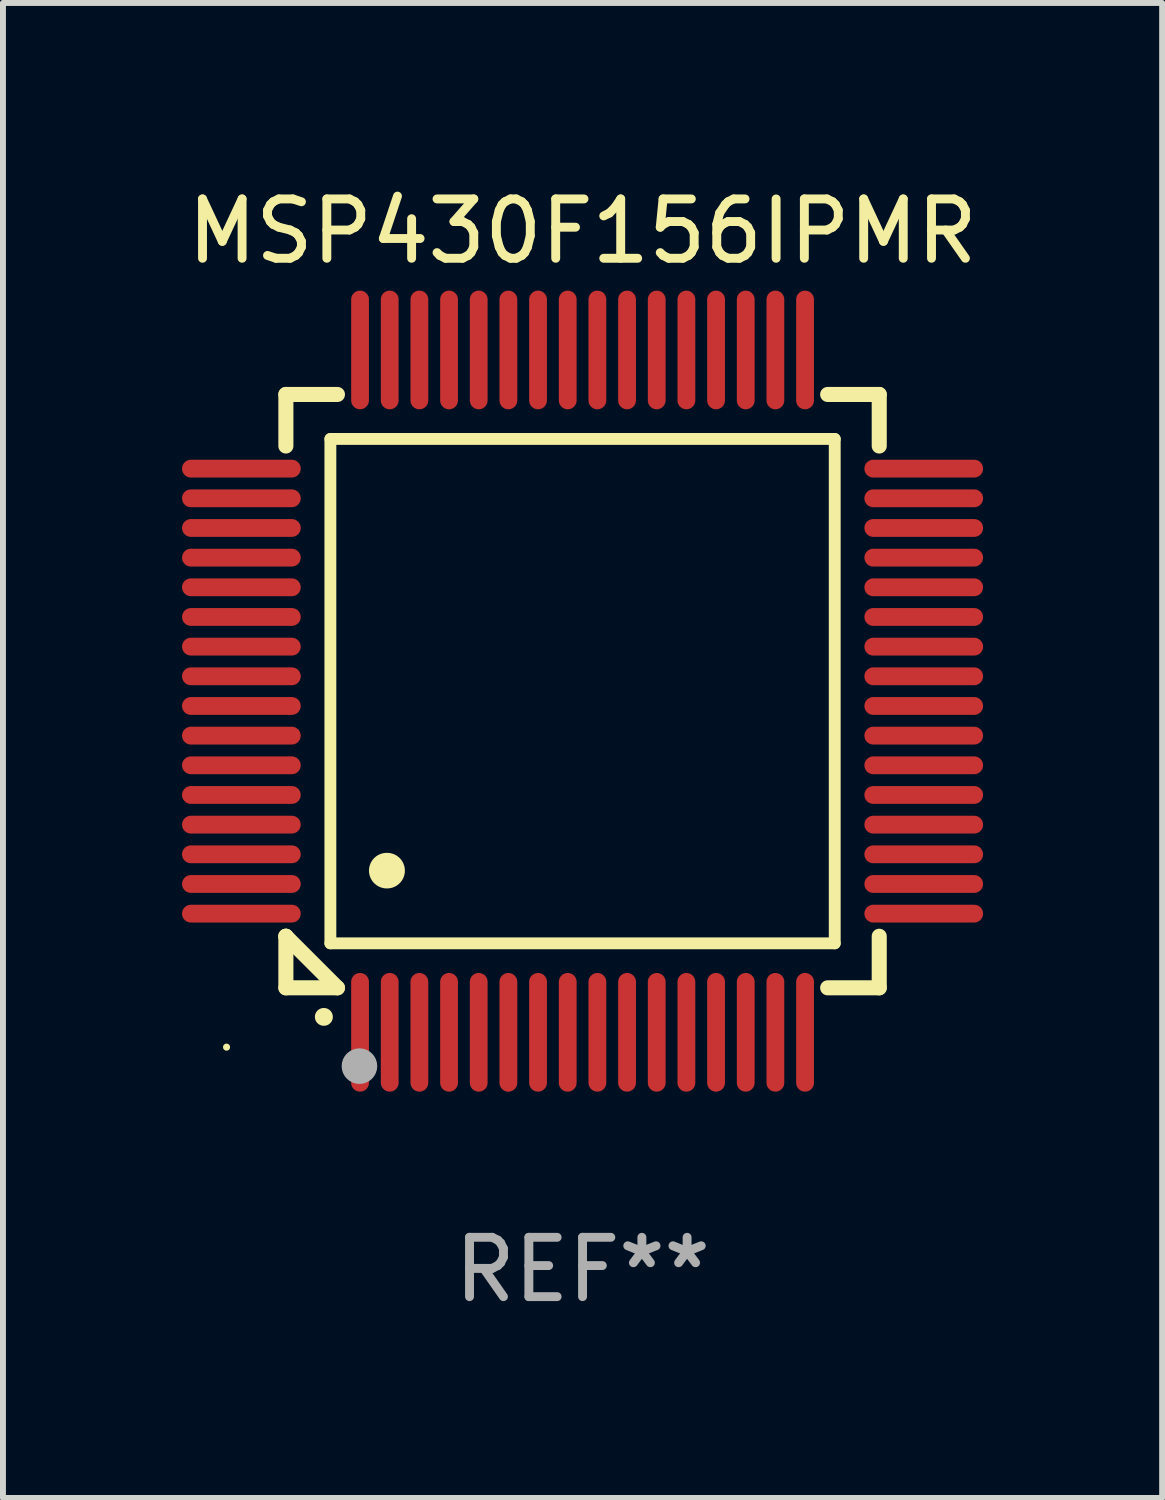
<source format=kicad_pcb>
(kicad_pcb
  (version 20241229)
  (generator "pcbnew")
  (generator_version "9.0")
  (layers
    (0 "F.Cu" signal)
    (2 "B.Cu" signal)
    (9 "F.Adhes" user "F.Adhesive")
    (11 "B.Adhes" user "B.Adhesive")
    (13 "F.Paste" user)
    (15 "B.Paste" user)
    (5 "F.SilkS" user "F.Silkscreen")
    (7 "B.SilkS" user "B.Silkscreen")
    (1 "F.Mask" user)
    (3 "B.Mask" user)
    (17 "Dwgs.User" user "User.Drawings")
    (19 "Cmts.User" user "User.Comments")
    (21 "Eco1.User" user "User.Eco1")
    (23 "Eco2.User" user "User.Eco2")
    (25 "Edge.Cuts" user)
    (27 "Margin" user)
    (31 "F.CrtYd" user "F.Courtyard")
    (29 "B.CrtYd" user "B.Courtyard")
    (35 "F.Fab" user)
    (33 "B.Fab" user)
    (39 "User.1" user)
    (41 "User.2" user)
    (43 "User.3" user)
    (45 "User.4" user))
  (footprint "MSP430F156IPMR"
    (layer "F.Cu")
    (at 6.768 8.598)
    (property "Reference" "MSP430F156IPMR" (at 0 -7.75 0) (layer "F.SilkS") (effects (font (size 1 1) (thickness 0.15))))
    (attr through_hole)
    (fp_line (start -5 -5) (end -4.131 -5) (stroke (width 0.254) (type solid)) (layer "F.SilkS"))
    (fp_line (start -5 -4.131) (end -5 -5) (stroke (width 0.254) (type solid)) (layer "F.SilkS"))
    (fp_line (start -5 4.131) (end -5 4.131) (stroke (width 0.254) (type solid)) (layer "F.SilkS"))
    (fp_line (start -5 5) (end -5 4.131) (stroke (width 0.254) (type solid)) (layer "F.SilkS"))
    (fp_line (start -5 4.131) (end -4.131 5) (stroke (width 0.254) (type solid)) (layer "F.SilkS"))
    (fp_line (start -4.25 -4.25) (end -4.25 4.25) (stroke (width 0.2) (type solid)) (layer "F.SilkS"))
    (fp_line (start -4.25 4.25) (end 4.25 4.25) (stroke (width 0.2) (type solid)) (layer "F.SilkS"))
    (fp_line (start -4.131 5) (end -5 5) (stroke (width 0.254) (type solid)) (layer "F.SilkS"))
    (fp_line (start 4.25 -4.25) (end -4.25 -4.25) (stroke (width 0.2) (type solid)) (layer "F.SilkS"))
    (fp_line (start 4.25 4.25) (end 4.25 -4.25) (stroke (width 0.2) (type solid)) (layer "F.SilkS"))
    (fp_line (start 5 -5) (end 4.131 -5) (stroke (width 0.254) (type solid)) (layer "F.SilkS"))
    (fp_line (start 5 -5) (end 5 -4.131) (stroke (width 0.254) (type solid)) (layer "F.SilkS"))
    (fp_line (start 5 4.131) (end 5 5) (stroke (width 0.254) (type solid)) (layer "F.SilkS"))
    (fp_line (start 5 5) (end 4.131 5) (stroke (width 0.254) (type solid)) (layer "F.SilkS"))
    (fp_arc (start -4.361265 5.489992) (mid -4.359995 5.489987) (end -4.358725 5.489992) (stroke (width 0.3) (type solid)) (layer "F.SilkS"))
    (fp_arc (start -3.299467 3.025146) (mid -3.296927 3.025135) (end -3.294387 3.025146) (stroke (width 0.6) (type solid)) (layer "F.SilkS"))
    (fp_circle (center -6 6) (end -5.97 6) (stroke (width 0.06) (type solid)) (fill no) (layer "F.SilkS"))
    (fp_circle (center -3.76 6.32) (end -3.61 6.32) (stroke (width 0.3) (type solid)) (fill no) (layer "F.Fab"))
    (fp_text user "REF**" (at 0 9.75 0) (layer "F.Fab") (effects (font (size 1 1) (thickness 0.15))))
    (pad "1" smd oval (at -3.75 5.75) (size 0.3 2) (layers "F.Cu" "F.Mask" "F.Paste"))
    (pad "2" smd oval (at -3.25 5.75) (size 0.3 2) (layers "F.Cu" "F.Mask" "F.Paste"))
    (pad "3" smd oval (at -2.75 5.75) (size 0.3 2) (layers "F.Cu" "F.Mask" "F.Paste"))
    (pad "4" smd oval (at -2.25 5.75) (size 0.3 2) (layers "F.Cu" "F.Mask" "F.Paste"))
    (pad "5" smd oval (at -1.75 5.75) (size 0.3 2) (layers "F.Cu" "F.Mask" "F.Paste"))
    (pad "6" smd oval (at -1.25 5.75) (size 0.3 2) (layers "F.Cu" "F.Mask" "F.Paste"))
    (pad "7" smd oval (at -0.75 5.75) (size 0.3 2) (layers "F.Cu" "F.Mask" "F.Paste"))
    (pad "8" smd oval (at -0.25 5.75) (size 0.3 2) (layers "F.Cu" "F.Mask" "F.Paste"))
    (pad "9" smd oval (at 0.25 5.75) (size 0.3 2) (layers "F.Cu" "F.Mask" "F.Paste"))
    (pad "10" smd oval (at 0.75 5.75) (size 0.3 2) (layers "F.Cu" "F.Mask" "F.Paste"))
    (pad "11" smd oval (at 1.25 5.75) (size 0.3 2) (layers "F.Cu" "F.Mask" "F.Paste"))
    (pad "12" smd oval (at 1.75 5.75) (size 0.3 2) (layers "F.Cu" "F.Mask" "F.Paste"))
    (pad "13" smd oval (at 2.25 5.75) (size 0.3 2) (layers "F.Cu" "F.Mask" "F.Paste"))
    (pad "14" smd oval (at 2.75 5.75) (size 0.3 2) (layers "F.Cu" "F.Mask" "F.Paste"))
    (pad "15" smd oval (at 3.25 5.75) (size 0.3 2) (layers "F.Cu" "F.Mask" "F.Paste"))
    (pad "16" smd oval (at 3.75 5.75) (size 0.3 2) (layers "F.Cu" "F.Mask" "F.Paste"))
    (pad "17" smd oval (at 5.75 3.75) (size 2 0.3) (layers "F.Cu" "F.Mask" "F.Paste"))
    (pad "18" smd oval (at 5.75 3.25) (size 2 0.3) (layers "F.Cu" "F.Mask" "F.Paste"))
    (pad "19" smd oval (at 5.75 2.75) (size 2 0.3) (layers "F.Cu" "F.Mask" "F.Paste"))
    (pad "20" smd oval (at 5.75 2.25) (size 2 0.3) (layers "F.Cu" "F.Mask" "F.Paste"))
    (pad "21" smd oval (at 5.75 1.75) (size 2 0.3) (layers "F.Cu" "F.Mask" "F.Paste"))
    (pad "22" smd oval (at 5.75 1.25) (size 2 0.3) (layers "F.Cu" "F.Mask" "F.Paste"))
    (pad "23" smd oval (at 5.75 0.75) (size 2 0.3) (layers "F.Cu" "F.Mask" "F.Paste"))
    (pad "24" smd oval (at 5.75 0.25) (size 2 0.3) (layers "F.Cu" "F.Mask" "F.Paste"))
    (pad "25" smd oval (at 5.75 -0.25) (size 2 0.3) (layers "F.Cu" "F.Mask" "F.Paste"))
    (pad "26" smd oval (at 5.75 -0.75) (size 2 0.3) (layers "F.Cu" "F.Mask" "F.Paste"))
    (pad "27" smd oval (at 5.75 -1.25) (size 2 0.3) (layers "F.Cu" "F.Mask" "F.Paste"))
    (pad "28" smd oval (at 5.75 -1.75) (size 2 0.3) (layers "F.Cu" "F.Mask" "F.Paste"))
    (pad "29" smd oval (at 5.75 -2.25) (size 2 0.3) (layers "F.Cu" "F.Mask" "F.Paste"))
    (pad "30" smd oval (at 5.75 -2.75) (size 2 0.3) (layers "F.Cu" "F.Mask" "F.Paste"))
    (pad "31" smd oval (at 5.75 -3.25) (size 2 0.3) (layers "F.Cu" "F.Mask" "F.Paste"))
    (pad "32" smd oval (at 5.75 -3.75) (size 2 0.3) (layers "F.Cu" "F.Mask" "F.Paste"))
    (pad "33" smd oval (at 3.75 -5.75) (size 0.3 2) (layers "F.Cu" "F.Mask" "F.Paste"))
    (pad "34" smd oval (at 3.25 -5.75) (size 0.3 2) (layers "F.Cu" "F.Mask" "F.Paste"))
    (pad "35" smd oval (at 2.75 -5.75) (size 0.3 2) (layers "F.Cu" "F.Mask" "F.Paste"))
    (pad "36" smd oval (at 2.25 -5.75) (size 0.3 2) (layers "F.Cu" "F.Mask" "F.Paste"))
    (pad "37" smd oval (at 1.75 -5.75) (size 0.3 2) (layers "F.Cu" "F.Mask" "F.Paste"))
    (pad "38" smd oval (at 1.25 -5.75) (size 0.3 2) (layers "F.Cu" "F.Mask" "F.Paste"))
    (pad "39" smd oval (at 0.75 -5.75) (size 0.3 2) (layers "F.Cu" "F.Mask" "F.Paste"))
    (pad "40" smd oval (at 0.25 -5.75) (size 0.3 2) (layers "F.Cu" "F.Mask" "F.Paste"))
    (pad "41" smd oval (at -0.25 -5.75) (size 0.3 2) (layers "F.Cu" "F.Mask" "F.Paste"))
    (pad "42" smd oval (at -0.75 -5.75) (size 0.3 2) (layers "F.Cu" "F.Mask" "F.Paste"))
    (pad "43" smd oval (at -1.25 -5.75) (size 0.3 2) (layers "F.Cu" "F.Mask" "F.Paste"))
    (pad "44" smd oval (at -1.75 -5.75) (size 0.3 2) (layers "F.Cu" "F.Mask" "F.Paste"))
    (pad "45" smd oval (at -2.25 -5.75) (size 0.3 2) (layers "F.Cu" "F.Mask" "F.Paste"))
    (pad "46" smd oval (at -2.75 -5.75) (size 0.3 2) (layers "F.Cu" "F.Mask" "F.Paste"))
    (pad "47" smd oval (at -3.25 -5.75) (size 0.3 2) (layers "F.Cu" "F.Mask" "F.Paste"))
    (pad "48" smd oval (at -3.75 -5.75) (size 0.3 2) (layers "F.Cu" "F.Mask" "F.Paste"))
    (pad "49" smd oval (at -5.75 -3.75) (size 2 0.3) (layers "F.Cu" "F.Mask" "F.Paste"))
    (pad "50" smd oval (at -5.75 -3.25) (size 2 0.3) (layers "F.Cu" "F.Mask" "F.Paste"))
    (pad "51" smd oval (at -5.75 -2.75) (size 2 0.3) (layers "F.Cu" "F.Mask" "F.Paste"))
    (pad "52" smd oval (at -5.75 -2.25) (size 2 0.3) (layers "F.Cu" "F.Mask" "F.Paste"))
    (pad "53" smd oval (at -5.75 -1.75) (size 2 0.3) (layers "F.Cu" "F.Mask" "F.Paste"))
    (pad "54" smd oval (at -5.75 -1.25) (size 2 0.3) (layers "F.Cu" "F.Mask" "F.Paste"))
    (pad "55" smd oval (at -5.75 -0.75) (size 2 0.3) (layers "F.Cu" "F.Mask" "F.Paste"))
    (pad "56" smd oval (at -5.75 -0.25) (size 2 0.3) (layers "F.Cu" "F.Mask" "F.Paste"))
    (pad "57" smd oval (at -5.75 0.25) (size 2 0.3) (layers "F.Cu" "F.Mask" "F.Paste"))
    (pad "58" smd oval (at -5.75 0.75) (size 2 0.3) (layers "F.Cu" "F.Mask" "F.Paste"))
    (pad "59" smd oval (at -5.75 1.25) (size 2 0.3) (layers "F.Cu" "F.Mask" "F.Paste"))
    (pad "60" smd oval (at -5.75 1.75) (size 2 0.3) (layers "F.Cu" "F.Mask" "F.Paste"))
    (pad "61" smd oval (at -5.75 2.25) (size 2 0.3) (layers "F.Cu" "F.Mask" "F.Paste"))
    (pad "62" smd oval (at -5.75 2.75) (size 2 0.3) (layers "F.Cu" "F.Mask" "F.Paste"))
    (pad "63" smd oval (at -5.75 3.25) (size 2 0.3) (layers "F.Cu" "F.Mask" "F.Paste"))
    (pad "64" smd oval (at -5.75 3.75) (size 2 0.3) (layers "F.Cu" "F.Mask" "F.Paste")))
  (gr_rect
    (start -3 -3)
    (end 16.536 22.196)
    (stroke (width 0.1) (type default))
    (fill no)
    (layer "Edge.Cuts")))
</source>
